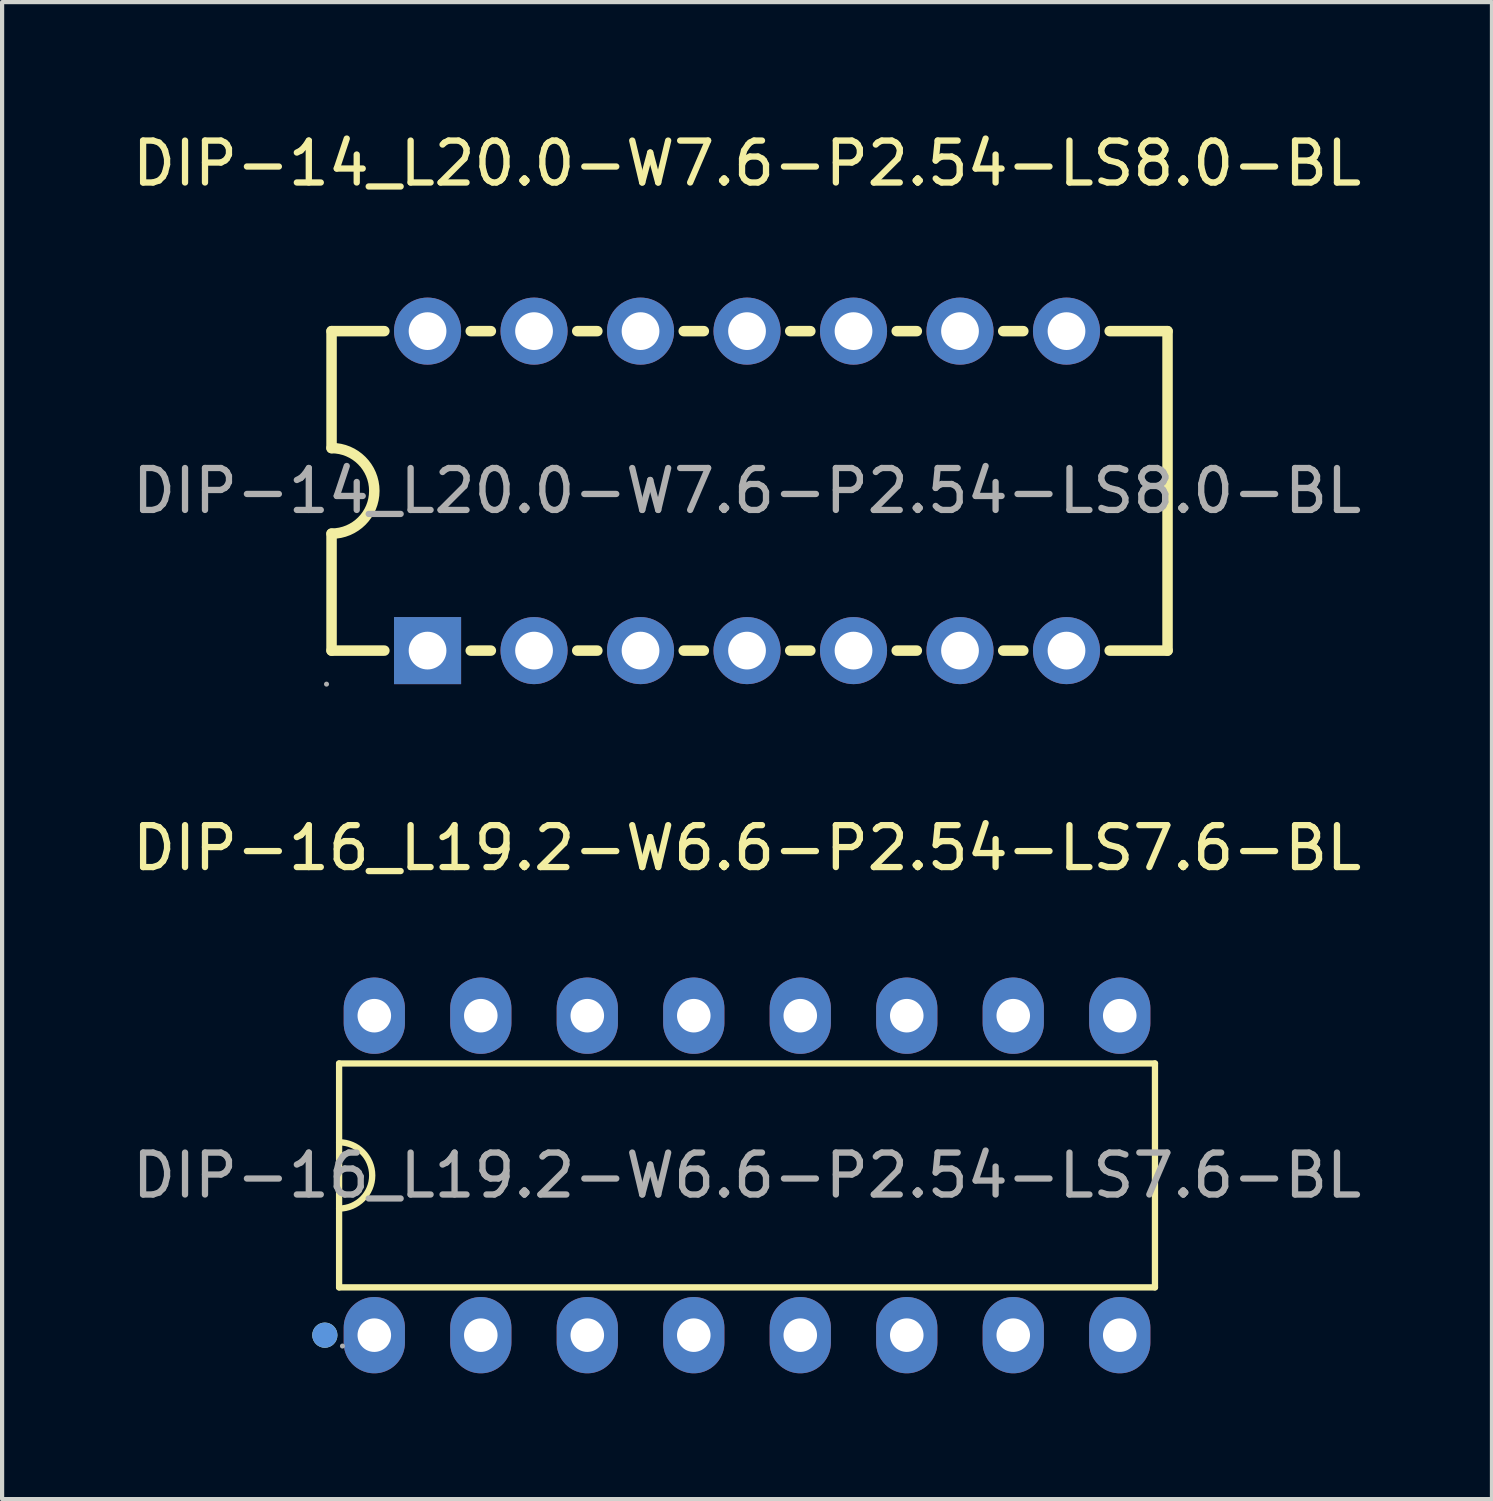
<source format=kicad_pcb>
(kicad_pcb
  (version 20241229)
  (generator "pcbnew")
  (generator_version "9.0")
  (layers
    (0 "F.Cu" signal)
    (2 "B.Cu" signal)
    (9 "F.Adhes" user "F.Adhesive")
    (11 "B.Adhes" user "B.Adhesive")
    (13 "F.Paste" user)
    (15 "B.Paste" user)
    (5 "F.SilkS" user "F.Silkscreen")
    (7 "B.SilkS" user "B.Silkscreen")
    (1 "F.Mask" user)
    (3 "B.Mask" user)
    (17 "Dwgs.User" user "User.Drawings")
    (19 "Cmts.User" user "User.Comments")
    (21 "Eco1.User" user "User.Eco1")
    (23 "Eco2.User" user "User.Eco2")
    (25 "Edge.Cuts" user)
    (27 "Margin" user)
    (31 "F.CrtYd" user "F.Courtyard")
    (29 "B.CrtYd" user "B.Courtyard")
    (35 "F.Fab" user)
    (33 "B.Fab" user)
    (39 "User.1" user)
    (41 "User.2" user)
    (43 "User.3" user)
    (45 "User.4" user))
  (footprint "DIP-16_L19.2-W6.6-P2.54-LS7.6-BL"
    (layer "F.Cu")
    (at 14.768 24.986)
    (property "Reference" "DIP-16_L19.2-W6.6-P2.54-LS7.6-BL" (at 0 -7.81 0) (layer "F.SilkS") (effects (font (size 1 1) (thickness 0.15))))
    (attr through_hole)
    (fp_line (start -9.73 -2.67) (end 9.73 -2.67) (stroke (width 0.15) (type solid)) (layer "F.SilkS"))
    (fp_line (start -9.73 2.67) (end -9.73 -2.67) (stroke (width 0.15) (type solid)) (layer "F.SilkS"))
    (fp_line (start 9.73 -2.67) (end 9.73 2.67) (stroke (width 0.15) (type solid)) (layer "F.SilkS"))
    (fp_line (start 9.73 2.67) (end -9.73 2.67) (stroke (width 0.15) (type solid)) (layer "F.SilkS"))
    (fp_arc (start -9.73 -0.79) (mid -8.94 0) (end -9.73 0.79) (stroke (width 0.15) (type solid)) (layer "F.SilkS"))
    (fp_circle (center -10.07 3.81) (end -9.92 3.81) (stroke (width 0.3) (type solid)) (fill no) (layer "F.SilkS"))
    (fp_circle (center -10.07 3.81) (end -9.92 3.81) (stroke (width 0.3) (type solid)) (fill no) (layer "Cmts.User"))
    (fp_circle (center -9.65 4.07) (end -9.62 4.07) (stroke (width 0.06) (type solid)) (fill no) (layer "F.Fab"))
    (fp_circle (center -8.89 -3.81) (end -8.76 -3.81) (stroke (width 0.26) (type solid)) (fill no) (layer "F.Fab"))
    (fp_circle (center -8.89 3.81) (end -8.76 3.81) (stroke (width 0.26) (type solid)) (fill no) (layer "F.Fab"))
    (fp_circle (center -6.35 -3.81) (end -6.22 -3.81) (stroke (width 0.26) (type solid)) (fill no) (layer "F.Fab"))
    (fp_circle (center -6.35 3.81) (end -6.22 3.81) (stroke (width 0.26) (type solid)) (fill no) (layer "F.Fab"))
    (fp_circle (center -3.81 -3.81) (end -3.68 -3.81) (stroke (width 0.26) (type solid)) (fill no) (layer "F.Fab"))
    (fp_circle (center -3.81 3.81) (end -3.68 3.81) (stroke (width 0.26) (type solid)) (fill no) (layer "F.Fab"))
    (fp_circle (center -1.27 -3.81) (end -1.14 -3.81) (stroke (width 0.26) (type solid)) (fill no) (layer "F.Fab"))
    (fp_circle (center -1.27 3.81) (end -1.14 3.81) (stroke (width 0.26) (type solid)) (fill no) (layer "F.Fab"))
    (fp_circle (center 1.27 -3.81) (end 1.4 -3.81) (stroke (width 0.26) (type solid)) (fill no) (layer "F.Fab"))
    (fp_circle (center 1.27 3.81) (end 1.4 3.81) (stroke (width 0.26) (type solid)) (fill no) (layer "F.Fab"))
    (fp_circle (center 3.81 -3.81) (end 3.94 -3.81) (stroke (width 0.26) (type solid)) (fill no) (layer "F.Fab"))
    (fp_circle (center 3.81 3.81) (end 3.94 3.81) (stroke (width 0.26) (type solid)) (fill no) (layer "F.Fab"))
    (fp_circle (center 6.35 -3.81) (end 6.48 -3.81) (stroke (width 0.26) (type solid)) (fill no) (layer "F.Fab"))
    (fp_circle (center 6.35 3.81) (end 6.48 3.81) (stroke (width 0.26) (type solid)) (fill no) (layer "F.Fab"))
    (fp_circle (center 8.89 -3.81) (end 9.02 -3.81) (stroke (width 0.26) (type solid)) (fill no) (layer "F.Fab"))
    (fp_circle (center 8.89 3.81) (end 9.02 3.81) (stroke (width 0.26) (type solid)) (fill no) (layer "F.Fab"))
    (fp_text user "${REFERENCE}" (at 0 0 0) (layer "F.Fab") (effects (font (size 1 1) (thickness 0.15))))
    (pad "1" thru_hole oval (at -8.89 3.81) (size 1.46 1.82) (drill 0.8) (layers "*.Cu" "*.Paste" "*.Mask"))
    (pad "2" thru_hole oval (at -6.35 3.81) (size 1.46 1.82) (drill 0.8) (layers "*.Cu" "*.Paste" "*.Mask"))
    (pad "3" thru_hole oval (at -3.81 3.81) (size 1.46 1.82) (drill 0.8) (layers "*.Cu" "*.Paste" "*.Mask"))
    (pad "4" thru_hole oval (at -1.27 3.81) (size 1.46 1.82) (drill 0.8) (layers "*.Cu" "*.Paste" "*.Mask"))
    (pad "5" thru_hole oval (at 1.27 3.81) (size 1.46 1.82) (drill 0.8) (layers "*.Cu" "*.Paste" "*.Mask"))
    (pad "6" thru_hole oval (at 3.81 3.81) (size 1.46 1.82) (drill 0.8) (layers "*.Cu" "*.Paste" "*.Mask"))
    (pad "7" thru_hole oval (at 6.35 3.81) (size 1.46 1.82) (drill 0.8) (layers "*.Cu" "*.Paste" "*.Mask"))
    (pad "8" thru_hole oval (at 8.89 3.81) (size 1.46 1.82) (drill 0.8) (layers "*.Cu" "*.Paste" "*.Mask"))
    (pad "9" thru_hole oval (at 8.89 -3.81) (size 1.46 1.82) (drill 0.8) (layers "*.Cu" "*.Paste" "*.Mask"))
    (pad "10" thru_hole oval (at 6.35 -3.81) (size 1.46 1.82) (drill 0.8) (layers "*.Cu" "*.Paste" "*.Mask"))
    (pad "11" thru_hole oval (at 3.81 -3.81) (size 1.46 1.82) (drill 0.8) (layers "*.Cu" "*.Paste" "*.Mask"))
    (pad "12" thru_hole oval (at 1.27 -3.81) (size 1.46 1.82) (drill 0.8) (layers "*.Cu" "*.Paste" "*.Mask"))
    (pad "13" thru_hole oval (at -1.27 -3.81) (size 1.46 1.82) (drill 0.8) (layers "*.Cu" "*.Paste" "*.Mask"))
    (pad "14" thru_hole oval (at -3.81 -3.81) (size 1.46 1.82) (drill 0.8) (layers "*.Cu" "*.Paste" "*.Mask"))
    (pad "15" thru_hole oval (at -6.35 -3.81) (size 1.46 1.82) (drill 0.8) (layers "*.Cu" "*.Paste" "*.Mask"))
    (pad "16" thru_hole oval (at -8.89 -3.81) (size 1.46 1.82) (drill 0.8) (layers "*.Cu" "*.Paste" "*.Mask")))
  (footprint "DIP-14_L20.0-W7.6-P2.54-LS8.0-BL"
    (layer "F.Cu")
    (at 14.768 8.658)
    (property "Reference" "DIP-14_L20.0-W7.6-P2.54-LS8.0-BL" (at 0 -7.81 0) (layer "F.SilkS") (effects (font (size 1 1) (thickness 0.15))))
    (attr through_hole)
    (fp_line (start -9.91 -3.81) (end -9.91 -1.02) (stroke (width 0.25) (type solid)) (layer "F.SilkS"))
    (fp_line (start -9.91 -3.81) (end -8.65 -3.81) (stroke (width 0.25) (type solid)) (layer "F.SilkS"))
    (fp_line (start -9.91 3.81) (end -9.91 1.02) (stroke (width 0.25) (type solid)) (layer "F.SilkS"))
    (fp_line (start -8.65 3.81) (end -9.91 3.81) (stroke (width 0.25) (type solid)) (layer "F.SilkS"))
    (fp_line (start -6.59 -3.81) (end -6.11 -3.81) (stroke (width 0.25) (type solid)) (layer "F.SilkS"))
    (fp_line (start -6.11 3.81) (end -6.59 3.81) (stroke (width 0.25) (type solid)) (layer "F.SilkS"))
    (fp_line (start -4.05 -3.81) (end -3.57 -3.81) (stroke (width 0.25) (type solid)) (layer "F.SilkS"))
    (fp_line (start -3.57 3.81) (end -4.05 3.81) (stroke (width 0.25) (type solid)) (layer "F.SilkS"))
    (fp_line (start -1.51 -3.81) (end -1.03 -3.81) (stroke (width 0.25) (type solid)) (layer "F.SilkS"))
    (fp_line (start -1.03 3.81) (end -1.51 3.81) (stroke (width 0.25) (type solid)) (layer "F.SilkS"))
    (fp_line (start 1.03 -3.81) (end 1.51 -3.81) (stroke (width 0.25) (type solid)) (layer "F.SilkS"))
    (fp_line (start 1.51 3.81) (end 1.03 3.81) (stroke (width 0.25) (type solid)) (layer "F.SilkS"))
    (fp_line (start 3.57 -3.81) (end 4.05 -3.81) (stroke (width 0.25) (type solid)) (layer "F.SilkS"))
    (fp_line (start 4.05 3.81) (end 3.57 3.81) (stroke (width 0.25) (type solid)) (layer "F.SilkS"))
    (fp_line (start 6.11 -3.81) (end 6.59 -3.81) (stroke (width 0.25) (type solid)) (layer "F.SilkS"))
    (fp_line (start 6.59 3.81) (end 6.11 3.81) (stroke (width 0.25) (type solid)) (layer "F.SilkS"))
    (fp_line (start 8.65 -3.81) (end 10.03 -3.81) (stroke (width 0.25) (type solid)) (layer "F.SilkS"))
    (fp_line (start 10.03 -3.81) (end 10.03 3.81) (stroke (width 0.25) (type solid)) (layer "F.SilkS"))
    (fp_line (start 10.03 3.81) (end 8.65 3.81) (stroke (width 0.25) (type solid)) (layer "F.SilkS"))
    (fp_arc (start -9.91 -1.02) (mid -8.89 0) (end -9.91 1.02) (stroke (width 0.25) (type solid)) (layer "F.SilkS"))
    (fp_circle (center -10.03 4.61) (end -10 4.61) (stroke (width 0.06) (type solid)) (fill no) (layer "F.Fab"))
    (fp_circle (center -7.62 -3.81) (end -7.44 -3.81) (stroke (width 0.35) (type solid)) (fill no) (layer "F.Fab"))
    (fp_circle (center -7.62 3.81) (end -7.44 3.81) (stroke (width 0.35) (type solid)) (fill no) (layer "F.Fab"))
    (fp_circle (center -5.08 -3.81) (end -4.9 -3.81) (stroke (width 0.35) (type solid)) (fill no) (layer "F.Fab"))
    (fp_circle (center -5.08 3.81) (end -4.9 3.81) (stroke (width 0.35) (type solid)) (fill no) (layer "F.Fab"))
    (fp_circle (center -2.54 -3.81) (end -2.36 -3.81) (stroke (width 0.35) (type solid)) (fill no) (layer "F.Fab"))
    (fp_circle (center -2.54 3.81) (end -2.36 3.81) (stroke (width 0.35) (type solid)) (fill no) (layer "F.Fab"))
    (fp_circle (center 0 -3.81) (end 0.18 -3.81) (stroke (width 0.35) (type solid)) (fill no) (layer "F.Fab"))
    (fp_circle (center 0 3.81) (end 0.18 3.81) (stroke (width 0.35) (type solid)) (fill no) (layer "F.Fab"))
    (fp_circle (center 2.54 -3.81) (end 2.72 -3.81) (stroke (width 0.35) (type solid)) (fill no) (layer "F.Fab"))
    (fp_circle (center 2.54 3.81) (end 2.72 3.81) (stroke (width 0.35) (type solid)) (fill no) (layer "F.Fab"))
    (fp_circle (center 5.08 -3.81) (end 5.26 -3.81) (stroke (width 0.35) (type solid)) (fill no) (layer "F.Fab"))
    (fp_circle (center 5.08 3.81) (end 5.26 3.81) (stroke (width 0.35) (type solid)) (fill no) (layer "F.Fab"))
    (fp_circle (center 7.62 -3.81) (end 7.8 -3.81) (stroke (width 0.35) (type solid)) (fill no) (layer "F.Fab"))
    (fp_circle (center 7.62 3.81) (end 7.8 3.81) (stroke (width 0.35) (type solid)) (fill no) (layer "F.Fab"))
    (fp_text user "${REFERENCE}" (at 0 0 0) (layer "F.Fab") (effects (font (size 1 1) (thickness 0.15))))
    (pad "1" thru_hole rect (at -7.62 3.81) (size 1.6 1.6) (drill 0.9) (layers "*.Cu" "*.Paste" "*.Mask"))
    (pad "2" thru_hole circle (at -5.08 3.81) (size 1.6 1.6) (drill 0.9) (layers "*.Cu" "*.Paste" "*.Mask"))
    (pad "3" thru_hole circle (at -2.54 3.81) (size 1.6 1.6) (drill 0.9) (layers "*.Cu" "*.Paste" "*.Mask"))
    (pad "4" thru_hole circle (at 0 3.81) (size 1.6 1.6) (drill 0.9) (layers "*.Cu" "*.Paste" "*.Mask"))
    (pad "5" thru_hole circle (at 2.54 3.81) (size 1.6 1.6) (drill 0.9) (layers "*.Cu" "*.Paste" "*.Mask"))
    (pad "6" thru_hole circle (at 5.08 3.81) (size 1.6 1.6) (drill 0.9) (layers "*.Cu" "*.Paste" "*.Mask"))
    (pad "7" thru_hole circle (at 7.62 3.81) (size 1.6 1.6) (drill 0.9) (layers "*.Cu" "*.Paste" "*.Mask"))
    (pad "8" thru_hole circle (at 7.62 -3.81) (size 1.6 1.6) (drill 0.9) (layers "*.Cu" "*.Paste" "*.Mask"))
    (pad "9" thru_hole circle (at 5.08 -3.81) (size 1.6 1.6) (drill 0.9) (layers "*.Cu" "*.Paste" "*.Mask"))
    (pad "10" thru_hole circle (at 2.54 -3.81) (size 1.6 1.6) (drill 0.9) (layers "*.Cu" "*.Paste" "*.Mask"))
    (pad "11" thru_hole circle (at 0 -3.81) (size 1.6 1.6) (drill 0.9) (layers "*.Cu" "*.Paste" "*.Mask"))
    (pad "12" thru_hole circle (at -2.54 -3.81) (size 1.6 1.6) (drill 0.9) (layers "*.Cu" "*.Paste" "*.Mask"))
    (pad "13" thru_hole circle (at -5.08 -3.81) (size 1.6 1.6) (drill 0.9) (layers "*.Cu" "*.Paste" "*.Mask"))
    (pad "14" thru_hole circle (at -7.62 -3.81) (size 1.6 1.6) (drill 0.9) (layers "*.Cu" "*.Paste" "*.Mask")))
  (gr_rect
    (start -3 -3)
    (end 32.536 32.706)
    (stroke (width 0.1) (type default))
    (fill no)
    (layer "Edge.Cuts")))
</source>
